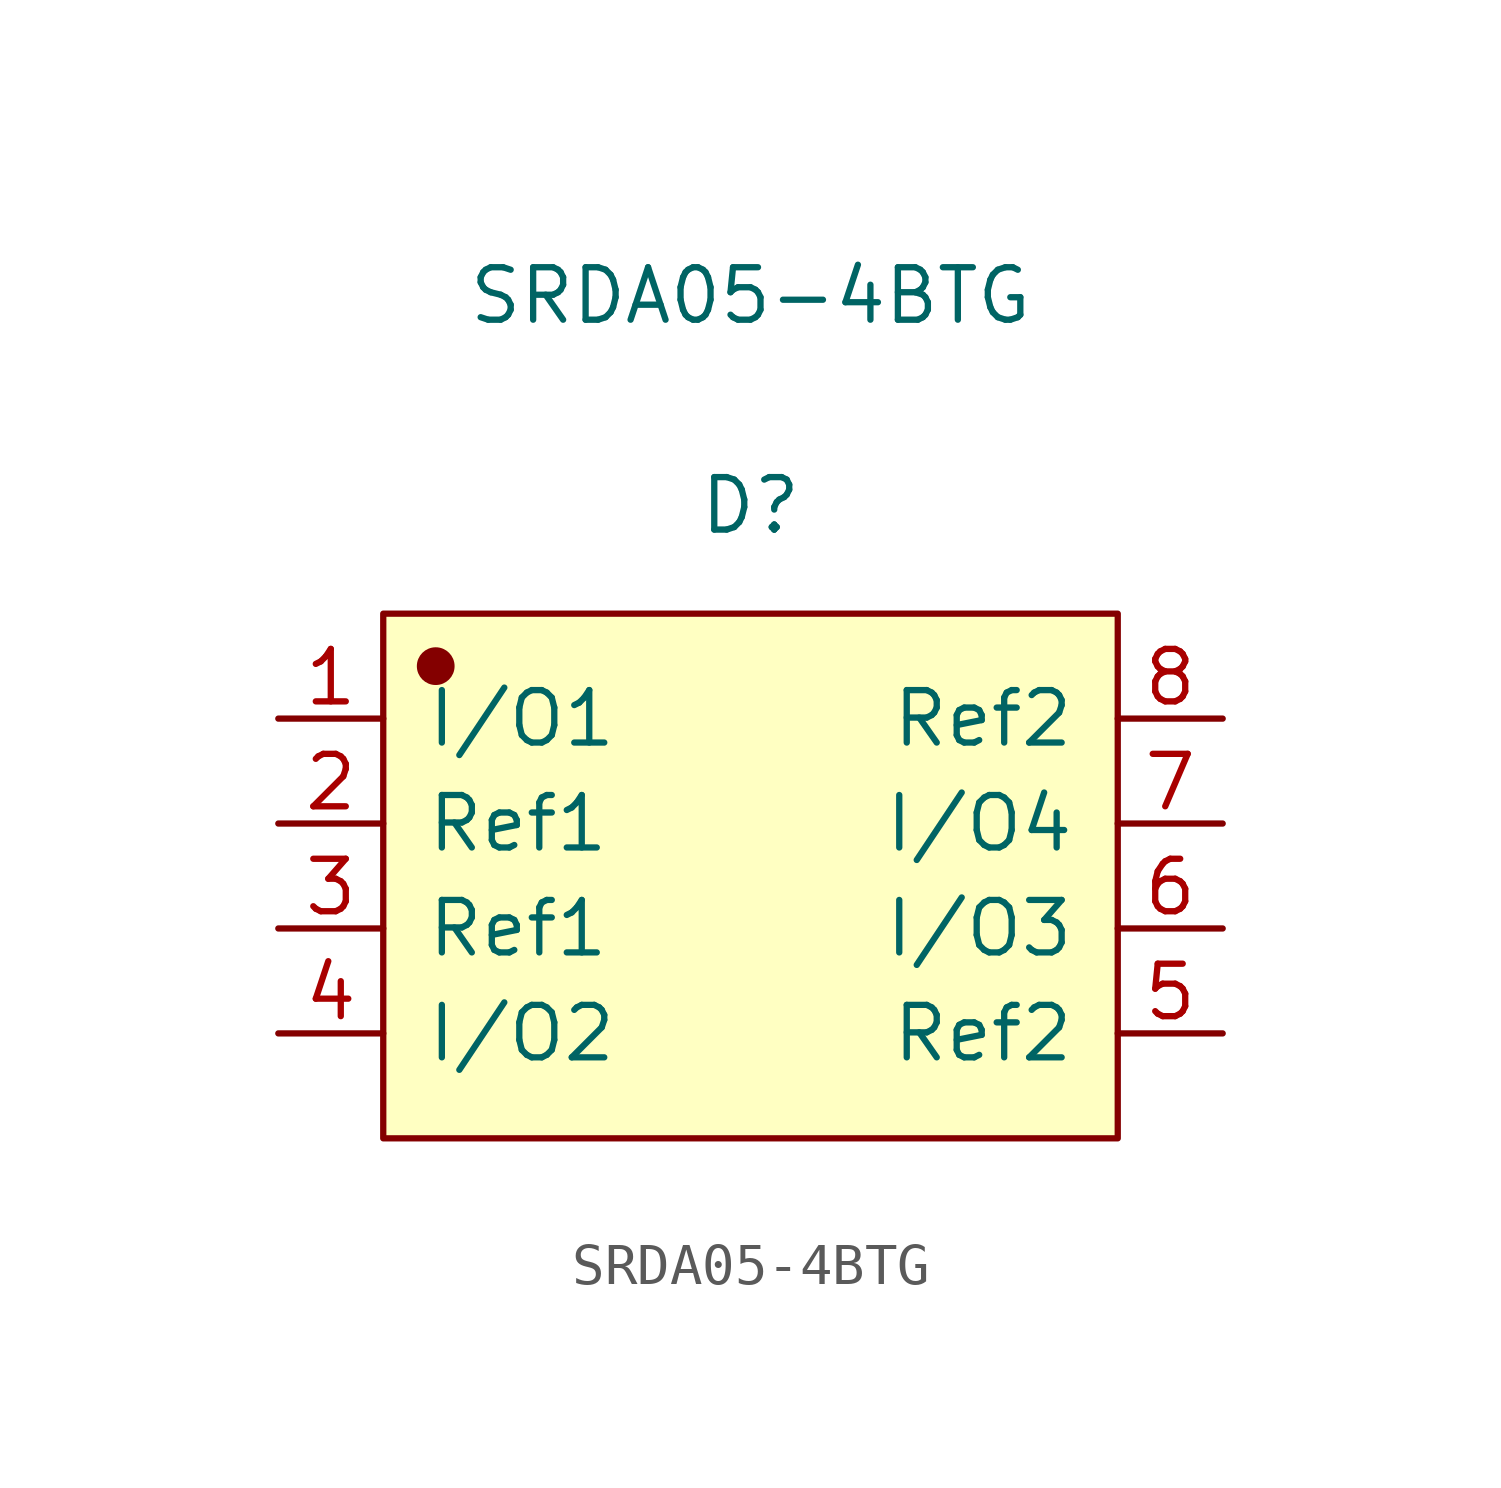
<source format=kicad_sym>
(kicad_symbol_lib
  (version 20220914)
  (generator kicad_symbol_editor)
  (symbol "SRDA05-4BTG"
    (pin_names
      (offset 1.016))
    (property "Reference" "D"
      (at 0 8.966 0)
      (effects (font (size 1.27 1.27))))
    (property "Value" "SRDA05-4BTG"
      (at 0 14.046 0)
      (effects (font (size 1.27 1.27))))
    (symbol "SRDA05-4BTG_1_1"
      (rectangle (start -8.89 6.35) (end 8.89 -6.35) (stroke (width 0.152) (type solid)) (fill (type background)))
      (circle (center -7.62 5.08) (radius 0.381) (stroke (width 0.152) (type solid)) (fill (type outline)))
      (pin input line (at -11.43 3.81 0) (length 2.54) (name "I/O1" (effects (font (size 1.27 1.27)))) (number "1" (effects (font (size 1.27 1.27)))))
      (pin input line (at -11.43 1.27 0) (length 2.54) (name "Ref1" (effects (font (size 1.27 1.27)))) (number "2" (effects (font (size 1.27 1.27)))))
      (pin input line (at -11.43 -1.27 0) (length 2.54) (name "Ref1" (effects (font (size 1.27 1.27)))) (number "3" (effects (font (size 1.27 1.27)))))
      (pin input line (at -11.43 -3.81 0) (length 2.54) (name "I/O2" (effects (font (size 1.27 1.27)))) (number "4" (effects (font (size 1.27 1.27)))))
      (pin input line (at 11.43 -3.81 180) (length 2.54) (name "Ref2" (effects (font (size 1.27 1.27)))) (number "5" (effects (font (size 1.27 1.27)))))
      (pin input line (at 11.43 -1.27 180) (length 2.54) (name "I/O3" (effects (font (size 1.27 1.27)))) (number "6" (effects (font (size 1.27 1.27)))))
      (pin input line (at 11.43 1.27 180) (length 2.54) (name "I/O4" (effects (font (size 1.27 1.27)))) (number "7" (effects (font (size 1.27 1.27)))))
      (pin input line (at 11.43 3.81 180) (length 2.54) (name "Ref2" (effects (font (size 1.27 1.27)))) (number "8" (effects (font (size 1.27 1.27))))))))
</source>
